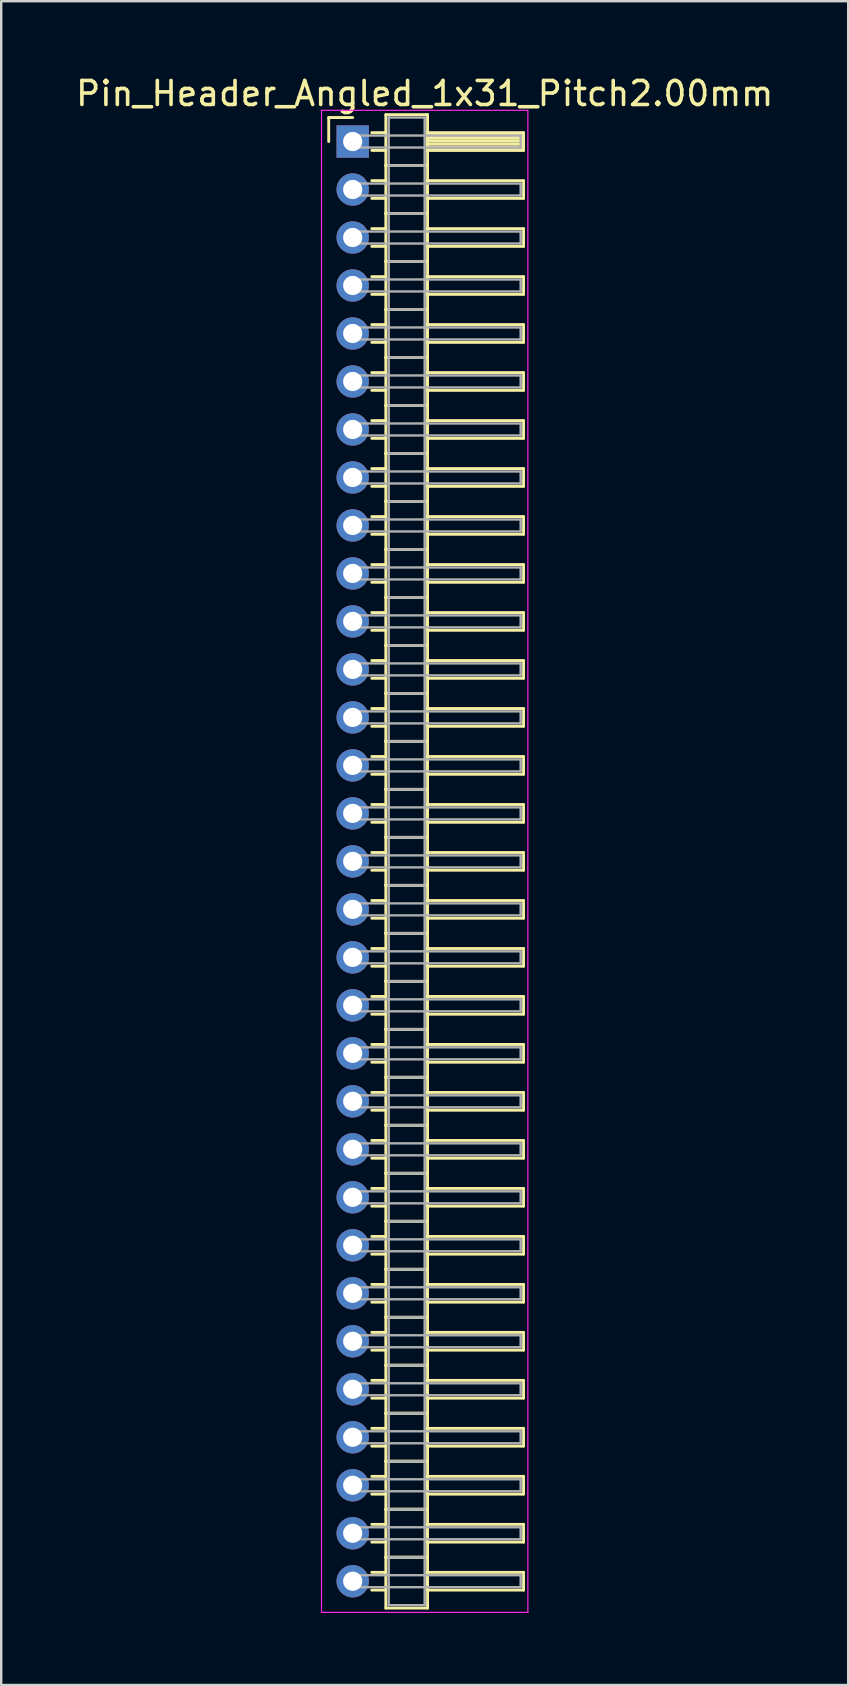
<source format=kicad_pcb>
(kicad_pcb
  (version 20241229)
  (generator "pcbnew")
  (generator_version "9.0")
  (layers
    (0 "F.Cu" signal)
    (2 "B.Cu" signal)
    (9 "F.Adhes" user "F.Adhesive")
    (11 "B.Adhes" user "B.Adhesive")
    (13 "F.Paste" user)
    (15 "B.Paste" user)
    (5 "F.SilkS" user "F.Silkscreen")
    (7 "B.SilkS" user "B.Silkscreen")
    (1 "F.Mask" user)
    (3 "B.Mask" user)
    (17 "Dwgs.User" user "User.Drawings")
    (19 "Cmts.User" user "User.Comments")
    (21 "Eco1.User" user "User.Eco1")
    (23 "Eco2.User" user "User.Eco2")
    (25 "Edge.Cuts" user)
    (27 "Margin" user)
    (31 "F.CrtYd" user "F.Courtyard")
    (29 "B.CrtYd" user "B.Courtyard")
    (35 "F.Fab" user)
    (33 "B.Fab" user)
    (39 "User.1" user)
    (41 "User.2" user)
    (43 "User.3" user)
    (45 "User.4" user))
  (footprint "Pin_Header_Angled_1x31_Pitch2.00mm"
    (layer "F.Cu")
    (at 11.649 2.848)
    (property "Reference" "Pin_Header_Angled_1x31_Pitch2.00mm" (at 3 -2 0) (layer "F.SilkS") (effects (font (size 1 1) (thickness 0.15))))
    (attr through_hole)
    (fp_line (start -1 -1) (end 0 -1) (stroke (width 0.12) (type solid)) (layer "F.SilkS"))
    (fp_line (start -1 0) (end -1 -1) (stroke (width 0.12) (type solid)) (layer "F.SilkS"))
    (fp_line (start 0.795 -0.37) (end 1.38 -0.37) (stroke (width 0.12) (type solid)) (layer "F.SilkS"))
    (fp_line (start 0.795 0.37) (end 1.38 0.37) (stroke (width 0.12) (type solid)) (layer "F.SilkS"))
    (fp_line (start 0.795 1.63) (end 1.38 1.63) (stroke (width 0.12) (type solid)) (layer "F.SilkS"))
    (fp_line (start 0.795 2.37) (end 1.38 2.37) (stroke (width 0.12) (type solid)) (layer "F.SilkS"))
    (fp_line (start 0.795 3.63) (end 1.38 3.63) (stroke (width 0.12) (type solid)) (layer "F.SilkS"))
    (fp_line (start 0.795 4.37) (end 1.38 4.37) (stroke (width 0.12) (type solid)) (layer "F.SilkS"))
    (fp_line (start 0.795 5.63) (end 1.38 5.63) (stroke (width 0.12) (type solid)) (layer "F.SilkS"))
    (fp_line (start 0.795 6.37) (end 1.38 6.37) (stroke (width 0.12) (type solid)) (layer "F.SilkS"))
    (fp_line (start 0.795 7.63) (end 1.38 7.63) (stroke (width 0.12) (type solid)) (layer "F.SilkS"))
    (fp_line (start 0.795 8.37) (end 1.38 8.37) (stroke (width 0.12) (type solid)) (layer "F.SilkS"))
    (fp_line (start 0.795 9.63) (end 1.38 9.63) (stroke (width 0.12) (type solid)) (layer "F.SilkS"))
    (fp_line (start 0.795 10.37) (end 1.38 10.37) (stroke (width 0.12) (type solid)) (layer "F.SilkS"))
    (fp_line (start 0.795 11.63) (end 1.38 11.63) (stroke (width 0.12) (type solid)) (layer "F.SilkS"))
    (fp_line (start 0.795 12.37) (end 1.38 12.37) (stroke (width 0.12) (type solid)) (layer "F.SilkS"))
    (fp_line (start 0.795 13.63) (end 1.38 13.63) (stroke (width 0.12) (type solid)) (layer "F.SilkS"))
    (fp_line (start 0.795 14.37) (end 1.38 14.37) (stroke (width 0.12) (type solid)) (layer "F.SilkS"))
    (fp_line (start 0.795 15.63) (end 1.38 15.63) (stroke (width 0.12) (type solid)) (layer "F.SilkS"))
    (fp_line (start 0.795 16.37) (end 1.38 16.37) (stroke (width 0.12) (type solid)) (layer "F.SilkS"))
    (fp_line (start 0.795 17.63) (end 1.38 17.63) (stroke (width 0.12) (type solid)) (layer "F.SilkS"))
    (fp_line (start 0.795 18.37) (end 1.38 18.37) (stroke (width 0.12) (type solid)) (layer "F.SilkS"))
    (fp_line (start 0.795 19.63) (end 1.38 19.63) (stroke (width 0.12) (type solid)) (layer "F.SilkS"))
    (fp_line (start 0.795 20.37) (end 1.38 20.37) (stroke (width 0.12) (type solid)) (layer "F.SilkS"))
    (fp_line (start 0.795 21.63) (end 1.38 21.63) (stroke (width 0.12) (type solid)) (layer "F.SilkS"))
    (fp_line (start 0.795 22.37) (end 1.38 22.37) (stroke (width 0.12) (type solid)) (layer "F.SilkS"))
    (fp_line (start 0.795 23.63) (end 1.38 23.63) (stroke (width 0.12) (type solid)) (layer "F.SilkS"))
    (fp_line (start 0.795 24.37) (end 1.38 24.37) (stroke (width 0.12) (type solid)) (layer "F.SilkS"))
    (fp_line (start 0.795 25.63) (end 1.38 25.63) (stroke (width 0.12) (type solid)) (layer "F.SilkS"))
    (fp_line (start 0.795 26.37) (end 1.38 26.37) (stroke (width 0.12) (type solid)) (layer "F.SilkS"))
    (fp_line (start 0.795 27.63) (end 1.38 27.63) (stroke (width 0.12) (type solid)) (layer "F.SilkS"))
    (fp_line (start 0.795 28.37) (end 1.38 28.37) (stroke (width 0.12) (type solid)) (layer "F.SilkS"))
    (fp_line (start 0.795 29.63) (end 1.38 29.63) (stroke (width 0.12) (type solid)) (layer "F.SilkS"))
    (fp_line (start 0.795 30.37) (end 1.38 30.37) (stroke (width 0.12) (type solid)) (layer "F.SilkS"))
    (fp_line (start 0.795 31.63) (end 1.38 31.63) (stroke (width 0.12) (type solid)) (layer "F.SilkS"))
    (fp_line (start 0.795 32.37) (end 1.38 32.37) (stroke (width 0.12) (type solid)) (layer "F.SilkS"))
    (fp_line (start 0.795 33.63) (end 1.38 33.63) (stroke (width 0.12) (type solid)) (layer "F.SilkS"))
    (fp_line (start 0.795 34.37) (end 1.38 34.37) (stroke (width 0.12) (type solid)) (layer "F.SilkS"))
    (fp_line (start 0.795 35.63) (end 1.38 35.63) (stroke (width 0.12) (type solid)) (layer "F.SilkS"))
    (fp_line (start 0.795 36.37) (end 1.38 36.37) (stroke (width 0.12) (type solid)) (layer "F.SilkS"))
    (fp_line (start 0.795 37.63) (end 1.38 37.63) (stroke (width 0.12) (type solid)) (layer "F.SilkS"))
    (fp_line (start 0.795 38.37) (end 1.38 38.37) (stroke (width 0.12) (type solid)) (layer "F.SilkS"))
    (fp_line (start 0.795 39.63) (end 1.38 39.63) (stroke (width 0.12) (type solid)) (layer "F.SilkS"))
    (fp_line (start 0.795 40.37) (end 1.38 40.37) (stroke (width 0.12) (type solid)) (layer "F.SilkS"))
    (fp_line (start 0.795 41.63) (end 1.38 41.63) (stroke (width 0.12) (type solid)) (layer "F.SilkS"))
    (fp_line (start 0.795 42.37) (end 1.38 42.37) (stroke (width 0.12) (type solid)) (layer "F.SilkS"))
    (fp_line (start 0.795 43.63) (end 1.38 43.63) (stroke (width 0.12) (type solid)) (layer "F.SilkS"))
    (fp_line (start 0.795 44.37) (end 1.38 44.37) (stroke (width 0.12) (type solid)) (layer "F.SilkS"))
    (fp_line (start 0.795 45.63) (end 1.38 45.63) (stroke (width 0.12) (type solid)) (layer "F.SilkS"))
    (fp_line (start 0.795 46.37) (end 1.38 46.37) (stroke (width 0.12) (type solid)) (layer "F.SilkS"))
    (fp_line (start 0.795 47.63) (end 1.38 47.63) (stroke (width 0.12) (type solid)) (layer "F.SilkS"))
    (fp_line (start 0.795 48.37) (end 1.38 48.37) (stroke (width 0.12) (type solid)) (layer "F.SilkS"))
    (fp_line (start 0.795 49.63) (end 1.38 49.63) (stroke (width 0.12) (type solid)) (layer "F.SilkS"))
    (fp_line (start 0.795 50.37) (end 1.38 50.37) (stroke (width 0.12) (type solid)) (layer "F.SilkS"))
    (fp_line (start 0.795 51.63) (end 1.38 51.63) (stroke (width 0.12) (type solid)) (layer "F.SilkS"))
    (fp_line (start 0.795 52.37) (end 1.38 52.37) (stroke (width 0.12) (type solid)) (layer "F.SilkS"))
    (fp_line (start 0.795 53.63) (end 1.38 53.63) (stroke (width 0.12) (type solid)) (layer "F.SilkS"))
    (fp_line (start 0.795 54.37) (end 1.38 54.37) (stroke (width 0.12) (type solid)) (layer "F.SilkS"))
    (fp_line (start 0.795 55.63) (end 1.38 55.63) (stroke (width 0.12) (type solid)) (layer "F.SilkS"))
    (fp_line (start 0.795 56.37) (end 1.38 56.37) (stroke (width 0.12) (type solid)) (layer "F.SilkS"))
    (fp_line (start 0.795 57.63) (end 1.38 57.63) (stroke (width 0.12) (type solid)) (layer "F.SilkS"))
    (fp_line (start 0.795 58.37) (end 1.38 58.37) (stroke (width 0.12) (type solid)) (layer "F.SilkS"))
    (fp_line (start 0.795 59.63) (end 1.38 59.63) (stroke (width 0.12) (type solid)) (layer "F.SilkS"))
    (fp_line (start 0.795 60.37) (end 1.38 60.37) (stroke (width 0.12) (type solid)) (layer "F.SilkS"))
    (fp_line (start 1.38 -1.12) (end 1.38 1) (stroke (width 0.12) (type solid)) (layer "F.SilkS"))
    (fp_line (start 1.38 1) (end 1.38 3) (stroke (width 0.12) (type solid)) (layer "F.SilkS"))
    (fp_line (start 1.38 1) (end 3.12 1) (stroke (width 0.12) (type solid)) (layer "F.SilkS"))
    (fp_line (start 1.38 3) (end 1.38 5) (stroke (width 0.12) (type solid)) (layer "F.SilkS"))
    (fp_line (start 1.38 3) (end 3.12 3) (stroke (width 0.12) (type solid)) (layer "F.SilkS"))
    (fp_line (start 1.38 5) (end 1.38 7) (stroke (width 0.12) (type solid)) (layer "F.SilkS"))
    (fp_line (start 1.38 5) (end 3.12 5) (stroke (width 0.12) (type solid)) (layer "F.SilkS"))
    (fp_line (start 1.38 7) (end 1.38 9) (stroke (width 0.12) (type solid)) (layer "F.SilkS"))
    (fp_line (start 1.38 7) (end 3.12 7) (stroke (width 0.12) (type solid)) (layer "F.SilkS"))
    (fp_line (start 1.38 9) (end 1.38 11) (stroke (width 0.12) (type solid)) (layer "F.SilkS"))
    (fp_line (start 1.38 9) (end 3.12 9) (stroke (width 0.12) (type solid)) (layer "F.SilkS"))
    (fp_line (start 1.38 11) (end 1.38 13) (stroke (width 0.12) (type solid)) (layer "F.SilkS"))
    (fp_line (start 1.38 11) (end 3.12 11) (stroke (width 0.12) (type solid)) (layer "F.SilkS"))
    (fp_line (start 1.38 13) (end 1.38 15) (stroke (width 0.12) (type solid)) (layer "F.SilkS"))
    (fp_line (start 1.38 13) (end 3.12 13) (stroke (width 0.12) (type solid)) (layer "F.SilkS"))
    (fp_line (start 1.38 15) (end 1.38 17) (stroke (width 0.12) (type solid)) (layer "F.SilkS"))
    (fp_line (start 1.38 15) (end 3.12 15) (stroke (width 0.12) (type solid)) (layer "F.SilkS"))
    (fp_line (start 1.38 17) (end 1.38 19) (stroke (width 0.12) (type solid)) (layer "F.SilkS"))
    (fp_line (start 1.38 17) (end 3.12 17) (stroke (width 0.12) (type solid)) (layer "F.SilkS"))
    (fp_line (start 1.38 19) (end 1.38 21) (stroke (width 0.12) (type solid)) (layer "F.SilkS"))
    (fp_line (start 1.38 19) (end 3.12 19) (stroke (width 0.12) (type solid)) (layer "F.SilkS"))
    (fp_line (start 1.38 21) (end 1.38 23) (stroke (width 0.12) (type solid)) (layer "F.SilkS"))
    (fp_line (start 1.38 21) (end 3.12 21) (stroke (width 0.12) (type solid)) (layer "F.SilkS"))
    (fp_line (start 1.38 23) (end 1.38 25) (stroke (width 0.12) (type solid)) (layer "F.SilkS"))
    (fp_line (start 1.38 23) (end 3.12 23) (stroke (width 0.12) (type solid)) (layer "F.SilkS"))
    (fp_line (start 1.38 25) (end 1.38 27) (stroke (width 0.12) (type solid)) (layer "F.SilkS"))
    (fp_line (start 1.38 25) (end 3.12 25) (stroke (width 0.12) (type solid)) (layer "F.SilkS"))
    (fp_line (start 1.38 27) (end 1.38 29) (stroke (width 0.12) (type solid)) (layer "F.SilkS"))
    (fp_line (start 1.38 27) (end 3.12 27) (stroke (width 0.12) (type solid)) (layer "F.SilkS"))
    (fp_line (start 1.38 29) (end 1.38 31) (stroke (width 0.12) (type solid)) (layer "F.SilkS"))
    (fp_line (start 1.38 29) (end 3.12 29) (stroke (width 0.12) (type solid)) (layer "F.SilkS"))
    (fp_line (start 1.38 31) (end 1.38 33) (stroke (width 0.12) (type solid)) (layer "F.SilkS"))
    (fp_line (start 1.38 31) (end 3.12 31) (stroke (width 0.12) (type solid)) (layer "F.SilkS"))
    (fp_line (start 1.38 33) (end 1.38 35) (stroke (width 0.12) (type solid)) (layer "F.SilkS"))
    (fp_line (start 1.38 33) (end 3.12 33) (stroke (width 0.12) (type solid)) (layer "F.SilkS"))
    (fp_line (start 1.38 35) (end 1.38 37) (stroke (width 0.12) (type solid)) (layer "F.SilkS"))
    (fp_line (start 1.38 35) (end 3.12 35) (stroke (width 0.12) (type solid)) (layer "F.SilkS"))
    (fp_line (start 1.38 37) (end 1.38 39) (stroke (width 0.12) (type solid)) (layer "F.SilkS"))
    (fp_line (start 1.38 37) (end 3.12 37) (stroke (width 0.12) (type solid)) (layer "F.SilkS"))
    (fp_line (start 1.38 39) (end 1.38 41) (stroke (width 0.12) (type solid)) (layer "F.SilkS"))
    (fp_line (start 1.38 39) (end 3.12 39) (stroke (width 0.12) (type solid)) (layer "F.SilkS"))
    (fp_line (start 1.38 41) (end 1.38 43) (stroke (width 0.12) (type solid)) (layer "F.SilkS"))
    (fp_line (start 1.38 41) (end 3.12 41) (stroke (width 0.12) (type solid)) (layer "F.SilkS"))
    (fp_line (start 1.38 43) (end 1.38 45) (stroke (width 0.12) (type solid)) (layer "F.SilkS"))
    (fp_line (start 1.38 43) (end 3.12 43) (stroke (width 0.12) (type solid)) (layer "F.SilkS"))
    (fp_line (start 1.38 45) (end 1.38 47) (stroke (width 0.12) (type solid)) (layer "F.SilkS"))
    (fp_line (start 1.38 45) (end 3.12 45) (stroke (width 0.12) (type solid)) (layer "F.SilkS"))
    (fp_line (start 1.38 47) (end 1.38 49) (stroke (width 0.12) (type solid)) (layer "F.SilkS"))
    (fp_line (start 1.38 47) (end 3.12 47) (stroke (width 0.12) (type solid)) (layer "F.SilkS"))
    (fp_line (start 1.38 49) (end 1.38 51) (stroke (width 0.12) (type solid)) (layer "F.SilkS"))
    (fp_line (start 1.38 49) (end 3.12 49) (stroke (width 0.12) (type solid)) (layer "F.SilkS"))
    (fp_line (start 1.38 51) (end 1.38 53) (stroke (width 0.12) (type solid)) (layer "F.SilkS"))
    (fp_line (start 1.38 51) (end 3.12 51) (stroke (width 0.12) (type solid)) (layer "F.SilkS"))
    (fp_line (start 1.38 53) (end 1.38 55) (stroke (width 0.12) (type solid)) (layer "F.SilkS"))
    (fp_line (start 1.38 53) (end 3.12 53) (stroke (width 0.12) (type solid)) (layer "F.SilkS"))
    (fp_line (start 1.38 55) (end 1.38 57) (stroke (width 0.12) (type solid)) (layer "F.SilkS"))
    (fp_line (start 1.38 55) (end 3.12 55) (stroke (width 0.12) (type solid)) (layer "F.SilkS"))
    (fp_line (start 1.38 57) (end 1.38 59) (stroke (width 0.12) (type solid)) (layer "F.SilkS"))
    (fp_line (start 1.38 57) (end 3.12 57) (stroke (width 0.12) (type solid)) (layer "F.SilkS"))
    (fp_line (start 1.38 59) (end 1.38 61.12) (stroke (width 0.12) (type solid)) (layer "F.SilkS"))
    (fp_line (start 1.38 59) (end 3.12 59) (stroke (width 0.12) (type solid)) (layer "F.SilkS"))
    (fp_line (start 1.38 61.12) (end 3.12 61.12) (stroke (width 0.12) (type solid)) (layer "F.SilkS"))
    (fp_line (start 3.12 -1.12) (end 1.38 -1.12) (stroke (width 0.12) (type solid)) (layer "F.SilkS"))
    (fp_line (start 3.12 -0.37) (end 3.12 0.37) (stroke (width 0.12) (type solid)) (layer "F.SilkS"))
    (fp_line (start 3.12 -0.25) (end 7.12 -0.25) (stroke (width 0.12) (type solid)) (layer "F.SilkS"))
    (fp_line (start 3.12 -0.13) (end 7.12 -0.13) (stroke (width 0.12) (type solid)) (layer "F.SilkS"))
    (fp_line (start 3.12 -0.01) (end 7.12 -0.01) (stroke (width 0.12) (type solid)) (layer "F.SilkS"))
    (fp_line (start 3.12 0.11) (end 7.12 0.11) (stroke (width 0.12) (type solid)) (layer "F.SilkS"))
    (fp_line (start 3.12 0.23) (end 7.12 0.23) (stroke (width 0.12) (type solid)) (layer "F.SilkS"))
    (fp_line (start 3.12 0.35) (end 7.12 0.35) (stroke (width 0.12) (type solid)) (layer "F.SilkS"))
    (fp_line (start 3.12 0.37) (end 7.12 0.37) (stroke (width 0.12) (type solid)) (layer "F.SilkS"))
    (fp_line (start 3.12 1) (end 1.38 1) (stroke (width 0.12) (type solid)) (layer "F.SilkS"))
    (fp_line (start 3.12 1) (end 3.12 -1.12) (stroke (width 0.12) (type solid)) (layer "F.SilkS"))
    (fp_line (start 3.12 1.63) (end 3.12 2.37) (stroke (width 0.12) (type solid)) (layer "F.SilkS"))
    (fp_line (start 3.12 2.37) (end 7.12 2.37) (stroke (width 0.12) (type solid)) (layer "F.SilkS"))
    (fp_line (start 3.12 3) (end 1.38 3) (stroke (width 0.12) (type solid)) (layer "F.SilkS"))
    (fp_line (start 3.12 3) (end 3.12 1) (stroke (width 0.12) (type solid)) (layer "F.SilkS"))
    (fp_line (start 3.12 3.63) (end 3.12 4.37) (stroke (width 0.12) (type solid)) (layer "F.SilkS"))
    (fp_line (start 3.12 4.37) (end 7.12 4.37) (stroke (width 0.12) (type solid)) (layer "F.SilkS"))
    (fp_line (start 3.12 5) (end 1.38 5) (stroke (width 0.12) (type solid)) (layer "F.SilkS"))
    (fp_line (start 3.12 5) (end 3.12 3) (stroke (width 0.12) (type solid)) (layer "F.SilkS"))
    (fp_line (start 3.12 5.63) (end 3.12 6.37) (stroke (width 0.12) (type solid)) (layer "F.SilkS"))
    (fp_line (start 3.12 6.37) (end 7.12 6.37) (stroke (width 0.12) (type solid)) (layer "F.SilkS"))
    (fp_line (start 3.12 7) (end 1.38 7) (stroke (width 0.12) (type solid)) (layer "F.SilkS"))
    (fp_line (start 3.12 7) (end 3.12 5) (stroke (width 0.12) (type solid)) (layer "F.SilkS"))
    (fp_line (start 3.12 7.63) (end 3.12 8.37) (stroke (width 0.12) (type solid)) (layer "F.SilkS"))
    (fp_line (start 3.12 8.37) (end 7.12 8.37) (stroke (width 0.12) (type solid)) (layer "F.SilkS"))
    (fp_line (start 3.12 9) (end 1.38 9) (stroke (width 0.12) (type solid)) (layer "F.SilkS"))
    (fp_line (start 3.12 9) (end 3.12 7) (stroke (width 0.12) (type solid)) (layer "F.SilkS"))
    (fp_line (start 3.12 9.63) (end 3.12 10.37) (stroke (width 0.12) (type solid)) (layer "F.SilkS"))
    (fp_line (start 3.12 10.37) (end 7.12 10.37) (stroke (width 0.12) (type solid)) (layer "F.SilkS"))
    (fp_line (start 3.12 11) (end 1.38 11) (stroke (width 0.12) (type solid)) (layer "F.SilkS"))
    (fp_line (start 3.12 11) (end 3.12 9) (stroke (width 0.12) (type solid)) (layer "F.SilkS"))
    (fp_line (start 3.12 11.63) (end 3.12 12.37) (stroke (width 0.12) (type solid)) (layer "F.SilkS"))
    (fp_line (start 3.12 12.37) (end 7.12 12.37) (stroke (width 0.12) (type solid)) (layer "F.SilkS"))
    (fp_line (start 3.12 13) (end 1.38 13) (stroke (width 0.12) (type solid)) (layer "F.SilkS"))
    (fp_line (start 3.12 13) (end 3.12 11) (stroke (width 0.12) (type solid)) (layer "F.SilkS"))
    (fp_line (start 3.12 13.63) (end 3.12 14.37) (stroke (width 0.12) (type solid)) (layer "F.SilkS"))
    (fp_line (start 3.12 14.37) (end 7.12 14.37) (stroke (width 0.12) (type solid)) (layer "F.SilkS"))
    (fp_line (start 3.12 15) (end 1.38 15) (stroke (width 0.12) (type solid)) (layer "F.SilkS"))
    (fp_line (start 3.12 15) (end 3.12 13) (stroke (width 0.12) (type solid)) (layer "F.SilkS"))
    (fp_line (start 3.12 15.63) (end 3.12 16.37) (stroke (width 0.12) (type solid)) (layer "F.SilkS"))
    (fp_line (start 3.12 16.37) (end 7.12 16.37) (stroke (width 0.12) (type solid)) (layer "F.SilkS"))
    (fp_line (start 3.12 17) (end 1.38 17) (stroke (width 0.12) (type solid)) (layer "F.SilkS"))
    (fp_line (start 3.12 17) (end 3.12 15) (stroke (width 0.12) (type solid)) (layer "F.SilkS"))
    (fp_line (start 3.12 17.63) (end 3.12 18.37) (stroke (width 0.12) (type solid)) (layer "F.SilkS"))
    (fp_line (start 3.12 18.37) (end 7.12 18.37) (stroke (width 0.12) (type solid)) (layer "F.SilkS"))
    (fp_line (start 3.12 19) (end 1.38 19) (stroke (width 0.12) (type solid)) (layer "F.SilkS"))
    (fp_line (start 3.12 19) (end 3.12 17) (stroke (width 0.12) (type solid)) (layer "F.SilkS"))
    (fp_line (start 3.12 19.63) (end 3.12 20.37) (stroke (width 0.12) (type solid)) (layer "F.SilkS"))
    (fp_line (start 3.12 20.37) (end 7.12 20.37) (stroke (width 0.12) (type solid)) (layer "F.SilkS"))
    (fp_line (start 3.12 21) (end 1.38 21) (stroke (width 0.12) (type solid)) (layer "F.SilkS"))
    (fp_line (start 3.12 21) (end 3.12 19) (stroke (width 0.12) (type solid)) (layer "F.SilkS"))
    (fp_line (start 3.12 21.63) (end 3.12 22.37) (stroke (width 0.12) (type solid)) (layer "F.SilkS"))
    (fp_line (start 3.12 22.37) (end 7.12 22.37) (stroke (width 0.12) (type solid)) (layer "F.SilkS"))
    (fp_line (start 3.12 23) (end 1.38 23) (stroke (width 0.12) (type solid)) (layer "F.SilkS"))
    (fp_line (start 3.12 23) (end 3.12 21) (stroke (width 0.12) (type solid)) (layer "F.SilkS"))
    (fp_line (start 3.12 23.63) (end 3.12 24.37) (stroke (width 0.12) (type solid)) (layer "F.SilkS"))
    (fp_line (start 3.12 24.37) (end 7.12 24.37) (stroke (width 0.12) (type solid)) (layer "F.SilkS"))
    (fp_line (start 3.12 25) (end 1.38 25) (stroke (width 0.12) (type solid)) (layer "F.SilkS"))
    (fp_line (start 3.12 25) (end 3.12 23) (stroke (width 0.12) (type solid)) (layer "F.SilkS"))
    (fp_line (start 3.12 25.63) (end 3.12 26.37) (stroke (width 0.12) (type solid)) (layer "F.SilkS"))
    (fp_line (start 3.12 26.37) (end 7.12 26.37) (stroke (width 0.12) (type solid)) (layer "F.SilkS"))
    (fp_line (start 3.12 27) (end 1.38 27) (stroke (width 0.12) (type solid)) (layer "F.SilkS"))
    (fp_line (start 3.12 27) (end 3.12 25) (stroke (width 0.12) (type solid)) (layer "F.SilkS"))
    (fp_line (start 3.12 27.63) (end 3.12 28.37) (stroke (width 0.12) (type solid)) (layer "F.SilkS"))
    (fp_line (start 3.12 28.37) (end 7.12 28.37) (stroke (width 0.12) (type solid)) (layer "F.SilkS"))
    (fp_line (start 3.12 29) (end 1.38 29) (stroke (width 0.12) (type solid)) (layer "F.SilkS"))
    (fp_line (start 3.12 29) (end 3.12 27) (stroke (width 0.12) (type solid)) (layer "F.SilkS"))
    (fp_line (start 3.12 29.63) (end 3.12 30.37) (stroke (width 0.12) (type solid)) (layer "F.SilkS"))
    (fp_line (start 3.12 30.37) (end 7.12 30.37) (stroke (width 0.12) (type solid)) (layer "F.SilkS"))
    (fp_line (start 3.12 31) (end 1.38 31) (stroke (width 0.12) (type solid)) (layer "F.SilkS"))
    (fp_line (start 3.12 31) (end 3.12 29) (stroke (width 0.12) (type solid)) (layer "F.SilkS"))
    (fp_line (start 3.12 31.63) (end 3.12 32.37) (stroke (width 0.12) (type solid)) (layer "F.SilkS"))
    (fp_line (start 3.12 32.37) (end 7.12 32.37) (stroke (width 0.12) (type solid)) (layer "F.SilkS"))
    (fp_line (start 3.12 33) (end 1.38 33) (stroke (width 0.12) (type solid)) (layer "F.SilkS"))
    (fp_line (start 3.12 33) (end 3.12 31) (stroke (width 0.12) (type solid)) (layer "F.SilkS"))
    (fp_line (start 3.12 33.63) (end 3.12 34.37) (stroke (width 0.12) (type solid)) (layer "F.SilkS"))
    (fp_line (start 3.12 34.37) (end 7.12 34.37) (stroke (width 0.12) (type solid)) (layer "F.SilkS"))
    (fp_line (start 3.12 35) (end 1.38 35) (stroke (width 0.12) (type solid)) (layer "F.SilkS"))
    (fp_line (start 3.12 35) (end 3.12 33) (stroke (width 0.12) (type solid)) (layer "F.SilkS"))
    (fp_line (start 3.12 35.63) (end 3.12 36.37) (stroke (width 0.12) (type solid)) (layer "F.SilkS"))
    (fp_line (start 3.12 36.37) (end 7.12 36.37) (stroke (width 0.12) (type solid)) (layer "F.SilkS"))
    (fp_line (start 3.12 37) (end 1.38 37) (stroke (width 0.12) (type solid)) (layer "F.SilkS"))
    (fp_line (start 3.12 37) (end 3.12 35) (stroke (width 0.12) (type solid)) (layer "F.SilkS"))
    (fp_line (start 3.12 37.63) (end 3.12 38.37) (stroke (width 0.12) (type solid)) (layer "F.SilkS"))
    (fp_line (start 3.12 38.37) (end 7.12 38.37) (stroke (width 0.12) (type solid)) (layer "F.SilkS"))
    (fp_line (start 3.12 39) (end 1.38 39) (stroke (width 0.12) (type solid)) (layer "F.SilkS"))
    (fp_line (start 3.12 39) (end 3.12 37) (stroke (width 0.12) (type solid)) (layer "F.SilkS"))
    (fp_line (start 3.12 39.63) (end 3.12 40.37) (stroke (width 0.12) (type solid)) (layer "F.SilkS"))
    (fp_line (start 3.12 40.37) (end 7.12 40.37) (stroke (width 0.12) (type solid)) (layer "F.SilkS"))
    (fp_line (start 3.12 41) (end 1.38 41) (stroke (width 0.12) (type solid)) (layer "F.SilkS"))
    (fp_line (start 3.12 41) (end 3.12 39) (stroke (width 0.12) (type solid)) (layer "F.SilkS"))
    (fp_line (start 3.12 41.63) (end 3.12 42.37) (stroke (width 0.12) (type solid)) (layer "F.SilkS"))
    (fp_line (start 3.12 42.37) (end 7.12 42.37) (stroke (width 0.12) (type solid)) (layer "F.SilkS"))
    (fp_line (start 3.12 43) (end 1.38 43) (stroke (width 0.12) (type solid)) (layer "F.SilkS"))
    (fp_line (start 3.12 43) (end 3.12 41) (stroke (width 0.12) (type solid)) (layer "F.SilkS"))
    (fp_line (start 3.12 43.63) (end 3.12 44.37) (stroke (width 0.12) (type solid)) (layer "F.SilkS"))
    (fp_line (start 3.12 44.37) (end 7.12 44.37) (stroke (width 0.12) (type solid)) (layer "F.SilkS"))
    (fp_line (start 3.12 45) (end 1.38 45) (stroke (width 0.12) (type solid)) (layer "F.SilkS"))
    (fp_line (start 3.12 45) (end 3.12 43) (stroke (width 0.12) (type solid)) (layer "F.SilkS"))
    (fp_line (start 3.12 45.63) (end 3.12 46.37) (stroke (width 0.12) (type solid)) (layer "F.SilkS"))
    (fp_line (start 3.12 46.37) (end 7.12 46.37) (stroke (width 0.12) (type solid)) (layer "F.SilkS"))
    (fp_line (start 3.12 47) (end 1.38 47) (stroke (width 0.12) (type solid)) (layer "F.SilkS"))
    (fp_line (start 3.12 47) (end 3.12 45) (stroke (width 0.12) (type solid)) (layer "F.SilkS"))
    (fp_line (start 3.12 47.63) (end 3.12 48.37) (stroke (width 0.12) (type solid)) (layer "F.SilkS"))
    (fp_line (start 3.12 48.37) (end 7.12 48.37) (stroke (width 0.12) (type solid)) (layer "F.SilkS"))
    (fp_line (start 3.12 49) (end 1.38 49) (stroke (width 0.12) (type solid)) (layer "F.SilkS"))
    (fp_line (start 3.12 49) (end 3.12 47) (stroke (width 0.12) (type solid)) (layer "F.SilkS"))
    (fp_line (start 3.12 49.63) (end 3.12 50.37) (stroke (width 0.12) (type solid)) (layer "F.SilkS"))
    (fp_line (start 3.12 50.37) (end 7.12 50.37) (stroke (width 0.12) (type solid)) (layer "F.SilkS"))
    (fp_line (start 3.12 51) (end 1.38 51) (stroke (width 0.12) (type solid)) (layer "F.SilkS"))
    (fp_line (start 3.12 51) (end 3.12 49) (stroke (width 0.12) (type solid)) (layer "F.SilkS"))
    (fp_line (start 3.12 51.63) (end 3.12 52.37) (stroke (width 0.12) (type solid)) (layer "F.SilkS"))
    (fp_line (start 3.12 52.37) (end 7.12 52.37) (stroke (width 0.12) (type solid)) (layer "F.SilkS"))
    (fp_line (start 3.12 53) (end 1.38 53) (stroke (width 0.12) (type solid)) (layer "F.SilkS"))
    (fp_line (start 3.12 53) (end 3.12 51) (stroke (width 0.12) (type solid)) (layer "F.SilkS"))
    (fp_line (start 3.12 53.63) (end 3.12 54.37) (stroke (width 0.12) (type solid)) (layer "F.SilkS"))
    (fp_line (start 3.12 54.37) (end 7.12 54.37) (stroke (width 0.12) (type solid)) (layer "F.SilkS"))
    (fp_line (start 3.12 55) (end 1.38 55) (stroke (width 0.12) (type solid)) (layer "F.SilkS"))
    (fp_line (start 3.12 55) (end 3.12 53) (stroke (width 0.12) (type solid)) (layer "F.SilkS"))
    (fp_line (start 3.12 55.63) (end 3.12 56.37) (stroke (width 0.12) (type solid)) (layer "F.SilkS"))
    (fp_line (start 3.12 56.37) (end 7.12 56.37) (stroke (width 0.12) (type solid)) (layer "F.SilkS"))
    (fp_line (start 3.12 57) (end 1.38 57) (stroke (width 0.12) (type solid)) (layer "F.SilkS"))
    (fp_line (start 3.12 57) (end 3.12 55) (stroke (width 0.12) (type solid)) (layer "F.SilkS"))
    (fp_line (start 3.12 57.63) (end 3.12 58.37) (stroke (width 0.12) (type solid)) (layer "F.SilkS"))
    (fp_line (start 3.12 58.37) (end 7.12 58.37) (stroke (width 0.12) (type solid)) (layer "F.SilkS"))
    (fp_line (start 3.12 59) (end 1.38 59) (stroke (width 0.12) (type solid)) (layer "F.SilkS"))
    (fp_line (start 3.12 59) (end 3.12 57) (stroke (width 0.12) (type solid)) (layer "F.SilkS"))
    (fp_line (start 3.12 59.63) (end 3.12 60.37) (stroke (width 0.12) (type solid)) (layer "F.SilkS"))
    (fp_line (start 3.12 60.37) (end 7.12 60.37) (stroke (width 0.12) (type solid)) (layer "F.SilkS"))
    (fp_line (start 3.12 61.12) (end 3.12 59) (stroke (width 0.12) (type solid)) (layer "F.SilkS"))
    (fp_line (start 7.12 -0.37) (end 3.12 -0.37) (stroke (width 0.12) (type solid)) (layer "F.SilkS"))
    (fp_line (start 7.12 0.37) (end 7.12 -0.37) (stroke (width 0.12) (type solid)) (layer "F.SilkS"))
    (fp_line (start 7.12 1.63) (end 3.12 1.63) (stroke (width 0.12) (type solid)) (layer "F.SilkS"))
    (fp_line (start 7.12 2.37) (end 7.12 1.63) (stroke (width 0.12) (type solid)) (layer "F.SilkS"))
    (fp_line (start 7.12 3.63) (end 3.12 3.63) (stroke (width 0.12) (type solid)) (layer "F.SilkS"))
    (fp_line (start 7.12 4.37) (end 7.12 3.63) (stroke (width 0.12) (type solid)) (layer "F.SilkS"))
    (fp_line (start 7.12 5.63) (end 3.12 5.63) (stroke (width 0.12) (type solid)) (layer "F.SilkS"))
    (fp_line (start 7.12 6.37) (end 7.12 5.63) (stroke (width 0.12) (type solid)) (layer "F.SilkS"))
    (fp_line (start 7.12 7.63) (end 3.12 7.63) (stroke (width 0.12) (type solid)) (layer "F.SilkS"))
    (fp_line (start 7.12 8.37) (end 7.12 7.63) (stroke (width 0.12) (type solid)) (layer "F.SilkS"))
    (fp_line (start 7.12 9.63) (end 3.12 9.63) (stroke (width 0.12) (type solid)) (layer "F.SilkS"))
    (fp_line (start 7.12 10.37) (end 7.12 9.63) (stroke (width 0.12) (type solid)) (layer "F.SilkS"))
    (fp_line (start 7.12 11.63) (end 3.12 11.63) (stroke (width 0.12) (type solid)) (layer "F.SilkS"))
    (fp_line (start 7.12 12.37) (end 7.12 11.63) (stroke (width 0.12) (type solid)) (layer "F.SilkS"))
    (fp_line (start 7.12 13.63) (end 3.12 13.63) (stroke (width 0.12) (type solid)) (layer "F.SilkS"))
    (fp_line (start 7.12 14.37) (end 7.12 13.63) (stroke (width 0.12) (type solid)) (layer "F.SilkS"))
    (fp_line (start 7.12 15.63) (end 3.12 15.63) (stroke (width 0.12) (type solid)) (layer "F.SilkS"))
    (fp_line (start 7.12 16.37) (end 7.12 15.63) (stroke (width 0.12) (type solid)) (layer "F.SilkS"))
    (fp_line (start 7.12 17.63) (end 3.12 17.63) (stroke (width 0.12) (type solid)) (layer "F.SilkS"))
    (fp_line (start 7.12 18.37) (end 7.12 17.63) (stroke (width 0.12) (type solid)) (layer "F.SilkS"))
    (fp_line (start 7.12 19.63) (end 3.12 19.63) (stroke (width 0.12) (type solid)) (layer "F.SilkS"))
    (fp_line (start 7.12 20.37) (end 7.12 19.63) (stroke (width 0.12) (type solid)) (layer "F.SilkS"))
    (fp_line (start 7.12 21.63) (end 3.12 21.63) (stroke (width 0.12) (type solid)) (layer "F.SilkS"))
    (fp_line (start 7.12 22.37) (end 7.12 21.63) (stroke (width 0.12) (type solid)) (layer "F.SilkS"))
    (fp_line (start 7.12 23.63) (end 3.12 23.63) (stroke (width 0.12) (type solid)) (layer "F.SilkS"))
    (fp_line (start 7.12 24.37) (end 7.12 23.63) (stroke (width 0.12) (type solid)) (layer "F.SilkS"))
    (fp_line (start 7.12 25.63) (end 3.12 25.63) (stroke (width 0.12) (type solid)) (layer "F.SilkS"))
    (fp_line (start 7.12 26.37) (end 7.12 25.63) (stroke (width 0.12) (type solid)) (layer "F.SilkS"))
    (fp_line (start 7.12 27.63) (end 3.12 27.63) (stroke (width 0.12) (type solid)) (layer "F.SilkS"))
    (fp_line (start 7.12 28.37) (end 7.12 27.63) (stroke (width 0.12) (type solid)) (layer "F.SilkS"))
    (fp_line (start 7.12 29.63) (end 3.12 29.63) (stroke (width 0.12) (type solid)) (layer "F.SilkS"))
    (fp_line (start 7.12 30.37) (end 7.12 29.63) (stroke (width 0.12) (type solid)) (layer "F.SilkS"))
    (fp_line (start 7.12 31.63) (end 3.12 31.63) (stroke (width 0.12) (type solid)) (layer "F.SilkS"))
    (fp_line (start 7.12 32.37) (end 7.12 31.63) (stroke (width 0.12) (type solid)) (layer "F.SilkS"))
    (fp_line (start 7.12 33.63) (end 3.12 33.63) (stroke (width 0.12) (type solid)) (layer "F.SilkS"))
    (fp_line (start 7.12 34.37) (end 7.12 33.63) (stroke (width 0.12) (type solid)) (layer "F.SilkS"))
    (fp_line (start 7.12 35.63) (end 3.12 35.63) (stroke (width 0.12) (type solid)) (layer "F.SilkS"))
    (fp_line (start 7.12 36.37) (end 7.12 35.63) (stroke (width 0.12) (type solid)) (layer "F.SilkS"))
    (fp_line (start 7.12 37.63) (end 3.12 37.63) (stroke (width 0.12) (type solid)) (layer "F.SilkS"))
    (fp_line (start 7.12 38.37) (end 7.12 37.63) (stroke (width 0.12) (type solid)) (layer "F.SilkS"))
    (fp_line (start 7.12 39.63) (end 3.12 39.63) (stroke (width 0.12) (type solid)) (layer "F.SilkS"))
    (fp_line (start 7.12 40.37) (end 7.12 39.63) (stroke (width 0.12) (type solid)) (layer "F.SilkS"))
    (fp_line (start 7.12 41.63) (end 3.12 41.63) (stroke (width 0.12) (type solid)) (layer "F.SilkS"))
    (fp_line (start 7.12 42.37) (end 7.12 41.63) (stroke (width 0.12) (type solid)) (layer "F.SilkS"))
    (fp_line (start 7.12 43.63) (end 3.12 43.63) (stroke (width 0.12) (type solid)) (layer "F.SilkS"))
    (fp_line (start 7.12 44.37) (end 7.12 43.63) (stroke (width 0.12) (type solid)) (layer "F.SilkS"))
    (fp_line (start 7.12 45.63) (end 3.12 45.63) (stroke (width 0.12) (type solid)) (layer "F.SilkS"))
    (fp_line (start 7.12 46.37) (end 7.12 45.63) (stroke (width 0.12) (type solid)) (layer "F.SilkS"))
    (fp_line (start 7.12 47.63) (end 3.12 47.63) (stroke (width 0.12) (type solid)) (layer "F.SilkS"))
    (fp_line (start 7.12 48.37) (end 7.12 47.63) (stroke (width 0.12) (type solid)) (layer "F.SilkS"))
    (fp_line (start 7.12 49.63) (end 3.12 49.63) (stroke (width 0.12) (type solid)) (layer "F.SilkS"))
    (fp_line (start 7.12 50.37) (end 7.12 49.63) (stroke (width 0.12) (type solid)) (layer "F.SilkS"))
    (fp_line (start 7.12 51.63) (end 3.12 51.63) (stroke (width 0.12) (type solid)) (layer "F.SilkS"))
    (fp_line (start 7.12 52.37) (end 7.12 51.63) (stroke (width 0.12) (type solid)) (layer "F.SilkS"))
    (fp_line (start 7.12 53.63) (end 3.12 53.63) (stroke (width 0.12) (type solid)) (layer "F.SilkS"))
    (fp_line (start 7.12 54.37) (end 7.12 53.63) (stroke (width 0.12) (type solid)) (layer "F.SilkS"))
    (fp_line (start 7.12 55.63) (end 3.12 55.63) (stroke (width 0.12) (type solid)) (layer "F.SilkS"))
    (fp_line (start 7.12 56.37) (end 7.12 55.63) (stroke (width 0.12) (type solid)) (layer "F.SilkS"))
    (fp_line (start 7.12 57.63) (end 3.12 57.63) (stroke (width 0.12) (type solid)) (layer "F.SilkS"))
    (fp_line (start 7.12 58.37) (end 7.12 57.63) (stroke (width 0.12) (type solid)) (layer "F.SilkS"))
    (fp_line (start 7.12 59.63) (end 3.12 59.63) (stroke (width 0.12) (type solid)) (layer "F.SilkS"))
    (fp_line (start 7.12 60.37) (end 7.12 59.63) (stroke (width 0.12) (type solid)) (layer "F.SilkS"))
    (fp_line (start -1.3 -1.3) (end -1.3 61.3) (stroke (width 0.05) (type solid)) (layer "F.CrtYd"))
    (fp_line (start -1.3 61.3) (end 7.3 61.3) (stroke (width 0.05) (type solid)) (layer "F.CrtYd"))
    (fp_line (start 7.3 -1.3) (end -1.3 -1.3) (stroke (width 0.05) (type solid)) (layer "F.CrtYd"))
    (fp_line (start 7.3 61.3) (end 7.3 -1.3) (stroke (width 0.05) (type solid)) (layer "F.CrtYd"))
    (fp_line (start 0 -0.25) (end 0 0.25) (stroke (width 0.1) (type solid)) (layer "F.Fab"))
    (fp_line (start 0 0.25) (end 7 0.25) (stroke (width 0.1) (type solid)) (layer "F.Fab"))
    (fp_line (start 0 1.75) (end 0 2.25) (stroke (width 0.1) (type solid)) (layer "F.Fab"))
    (fp_line (start 0 2.25) (end 7 2.25) (stroke (width 0.1) (type solid)) (layer "F.Fab"))
    (fp_line (start 0 3.75) (end 0 4.25) (stroke (width 0.1) (type solid)) (layer "F.Fab"))
    (fp_line (start 0 4.25) (end 7 4.25) (stroke (width 0.1) (type solid)) (layer "F.Fab"))
    (fp_line (start 0 5.75) (end 0 6.25) (stroke (width 0.1) (type solid)) (layer "F.Fab"))
    (fp_line (start 0 6.25) (end 7 6.25) (stroke (width 0.1) (type solid)) (layer "F.Fab"))
    (fp_line (start 0 7.75) (end 0 8.25) (stroke (width 0.1) (type solid)) (layer "F.Fab"))
    (fp_line (start 0 8.25) (end 7 8.25) (stroke (width 0.1) (type solid)) (layer "F.Fab"))
    (fp_line (start 0 9.75) (end 0 10.25) (stroke (width 0.1) (type solid)) (layer "F.Fab"))
    (fp_line (start 0 10.25) (end 7 10.25) (stroke (width 0.1) (type solid)) (layer "F.Fab"))
    (fp_line (start 0 11.75) (end 0 12.25) (stroke (width 0.1) (type solid)) (layer "F.Fab"))
    (fp_line (start 0 12.25) (end 7 12.25) (stroke (width 0.1) (type solid)) (layer "F.Fab"))
    (fp_line (start 0 13.75) (end 0 14.25) (stroke (width 0.1) (type solid)) (layer "F.Fab"))
    (fp_line (start 0 14.25) (end 7 14.25) (stroke (width 0.1) (type solid)) (layer "F.Fab"))
    (fp_line (start 0 15.75) (end 0 16.25) (stroke (width 0.1) (type solid)) (layer "F.Fab"))
    (fp_line (start 0 16.25) (end 7 16.25) (stroke (width 0.1) (type solid)) (layer "F.Fab"))
    (fp_line (start 0 17.75) (end 0 18.25) (stroke (width 0.1) (type solid)) (layer "F.Fab"))
    (fp_line (start 0 18.25) (end 7 18.25) (stroke (width 0.1) (type solid)) (layer "F.Fab"))
    (fp_line (start 0 19.75) (end 0 20.25) (stroke (width 0.1) (type solid)) (layer "F.Fab"))
    (fp_line (start 0 20.25) (end 7 20.25) (stroke (width 0.1) (type solid)) (layer "F.Fab"))
    (fp_line (start 0 21.75) (end 0 22.25) (stroke (width 0.1) (type solid)) (layer "F.Fab"))
    (fp_line (start 0 22.25) (end 7 22.25) (stroke (width 0.1) (type solid)) (layer "F.Fab"))
    (fp_line (start 0 23.75) (end 0 24.25) (stroke (width 0.1) (type solid)) (layer "F.Fab"))
    (fp_line (start 0 24.25) (end 7 24.25) (stroke (width 0.1) (type solid)) (layer "F.Fab"))
    (fp_line (start 0 25.75) (end 0 26.25) (stroke (width 0.1) (type solid)) (layer "F.Fab"))
    (fp_line (start 0 26.25) (end 7 26.25) (stroke (width 0.1) (type solid)) (layer "F.Fab"))
    (fp_line (start 0 27.75) (end 0 28.25) (stroke (width 0.1) (type solid)) (layer "F.Fab"))
    (fp_line (start 0 28.25) (end 7 28.25) (stroke (width 0.1) (type solid)) (layer "F.Fab"))
    (fp_line (start 0 29.75) (end 0 30.25) (stroke (width 0.1) (type solid)) (layer "F.Fab"))
    (fp_line (start 0 30.25) (end 7 30.25) (stroke (width 0.1) (type solid)) (layer "F.Fab"))
    (fp_line (start 0 31.75) (end 0 32.25) (stroke (width 0.1) (type solid)) (layer "F.Fab"))
    (fp_line (start 0 32.25) (end 7 32.25) (stroke (width 0.1) (type solid)) (layer "F.Fab"))
    (fp_line (start 0 33.75) (end 0 34.25) (stroke (width 0.1) (type solid)) (layer "F.Fab"))
    (fp_line (start 0 34.25) (end 7 34.25) (stroke (width 0.1) (type solid)) (layer "F.Fab"))
    (fp_line (start 0 35.75) (end 0 36.25) (stroke (width 0.1) (type solid)) (layer "F.Fab"))
    (fp_line (start 0 36.25) (end 7 36.25) (stroke (width 0.1) (type solid)) (layer "F.Fab"))
    (fp_line (start 0 37.75) (end 0 38.25) (stroke (width 0.1) (type solid)) (layer "F.Fab"))
    (fp_line (start 0 38.25) (end 7 38.25) (stroke (width 0.1) (type solid)) (layer "F.Fab"))
    (fp_line (start 0 39.75) (end 0 40.25) (stroke (width 0.1) (type solid)) (layer "F.Fab"))
    (fp_line (start 0 40.25) (end 7 40.25) (stroke (width 0.1) (type solid)) (layer "F.Fab"))
    (fp_line (start 0 41.75) (end 0 42.25) (stroke (width 0.1) (type solid)) (layer "F.Fab"))
    (fp_line (start 0 42.25) (end 7 42.25) (stroke (width 0.1) (type solid)) (layer "F.Fab"))
    (fp_line (start 0 43.75) (end 0 44.25) (stroke (width 0.1) (type solid)) (layer "F.Fab"))
    (fp_line (start 0 44.25) (end 7 44.25) (stroke (width 0.1) (type solid)) (layer "F.Fab"))
    (fp_line (start 0 45.75) (end 0 46.25) (stroke (width 0.1) (type solid)) (layer "F.Fab"))
    (fp_line (start 0 46.25) (end 7 46.25) (stroke (width 0.1) (type solid)) (layer "F.Fab"))
    (fp_line (start 0 47.75) (end 0 48.25) (stroke (width 0.1) (type solid)) (layer "F.Fab"))
    (fp_line (start 0 48.25) (end 7 48.25) (stroke (width 0.1) (type solid)) (layer "F.Fab"))
    (fp_line (start 0 49.75) (end 0 50.25) (stroke (width 0.1) (type solid)) (layer "F.Fab"))
    (fp_line (start 0 50.25) (end 7 50.25) (stroke (width 0.1) (type solid)) (layer "F.Fab"))
    (fp_line (start 0 51.75) (end 0 52.25) (stroke (width 0.1) (type solid)) (layer "F.Fab"))
    (fp_line (start 0 52.25) (end 7 52.25) (stroke (width 0.1) (type solid)) (layer "F.Fab"))
    (fp_line (start 0 53.75) (end 0 54.25) (stroke (width 0.1) (type solid)) (layer "F.Fab"))
    (fp_line (start 0 54.25) (end 7 54.25) (stroke (width 0.1) (type solid)) (layer "F.Fab"))
    (fp_line (start 0 55.75) (end 0 56.25) (stroke (width 0.1) (type solid)) (layer "F.Fab"))
    (fp_line (start 0 56.25) (end 7 56.25) (stroke (width 0.1) (type solid)) (layer "F.Fab"))
    (fp_line (start 0 57.75) (end 0 58.25) (stroke (width 0.1) (type solid)) (layer "F.Fab"))
    (fp_line (start 0 58.25) (end 7 58.25) (stroke (width 0.1) (type solid)) (layer "F.Fab"))
    (fp_line (start 0 59.75) (end 0 60.25) (stroke (width 0.1) (type solid)) (layer "F.Fab"))
    (fp_line (start 0 60.25) (end 7 60.25) (stroke (width 0.1) (type solid)) (layer "F.Fab"))
    (fp_line (start 1.5 -1) (end 1.5 1) (stroke (width 0.1) (type solid)) (layer "F.Fab"))
    (fp_line (start 1.5 1) (end 1.5 3) (stroke (width 0.1) (type solid)) (layer "F.Fab"))
    (fp_line (start 1.5 1) (end 3 1) (stroke (width 0.1) (type solid)) (layer "F.Fab"))
    (fp_line (start 1.5 3) (end 1.5 5) (stroke (width 0.1) (type solid)) (layer "F.Fab"))
    (fp_line (start 1.5 3) (end 3 3) (stroke (width 0.1) (type solid)) (layer "F.Fab"))
    (fp_line (start 1.5 5) (end 1.5 7) (stroke (width 0.1) (type solid)) (layer "F.Fab"))
    (fp_line (start 1.5 5) (end 3 5) (stroke (width 0.1) (type solid)) (layer "F.Fab"))
    (fp_line (start 1.5 7) (end 1.5 9) (stroke (width 0.1) (type solid)) (layer "F.Fab"))
    (fp_line (start 1.5 7) (end 3 7) (stroke (width 0.1) (type solid)) (layer "F.Fab"))
    (fp_line (start 1.5 9) (end 1.5 11) (stroke (width 0.1) (type solid)) (layer "F.Fab"))
    (fp_line (start 1.5 9) (end 3 9) (stroke (width 0.1) (type solid)) (layer "F.Fab"))
    (fp_line (start 1.5 11) (end 1.5 13) (stroke (width 0.1) (type solid)) (layer "F.Fab"))
    (fp_line (start 1.5 11) (end 3 11) (stroke (width 0.1) (type solid)) (layer "F.Fab"))
    (fp_line (start 1.5 13) (end 1.5 15) (stroke (width 0.1) (type solid)) (layer "F.Fab"))
    (fp_line (start 1.5 13) (end 3 13) (stroke (width 0.1) (type solid)) (layer "F.Fab"))
    (fp_line (start 1.5 15) (end 1.5 17) (stroke (width 0.1) (type solid)) (layer "F.Fab"))
    (fp_line (start 1.5 15) (end 3 15) (stroke (width 0.1) (type solid)) (layer "F.Fab"))
    (fp_line (start 1.5 17) (end 1.5 19) (stroke (width 0.1) (type solid)) (layer "F.Fab"))
    (fp_line (start 1.5 17) (end 3 17) (stroke (width 0.1) (type solid)) (layer "F.Fab"))
    (fp_line (start 1.5 19) (end 1.5 21) (stroke (width 0.1) (type solid)) (layer "F.Fab"))
    (fp_line (start 1.5 19) (end 3 19) (stroke (width 0.1) (type solid)) (layer "F.Fab"))
    (fp_line (start 1.5 21) (end 1.5 23) (stroke (width 0.1) (type solid)) (layer "F.Fab"))
    (fp_line (start 1.5 21) (end 3 21) (stroke (width 0.1) (type solid)) (layer "F.Fab"))
    (fp_line (start 1.5 23) (end 1.5 25) (stroke (width 0.1) (type solid)) (layer "F.Fab"))
    (fp_line (start 1.5 23) (end 3 23) (stroke (width 0.1) (type solid)) (layer "F.Fab"))
    (fp_line (start 1.5 25) (end 1.5 27) (stroke (width 0.1) (type solid)) (layer "F.Fab"))
    (fp_line (start 1.5 25) (end 3 25) (stroke (width 0.1) (type solid)) (layer "F.Fab"))
    (fp_line (start 1.5 27) (end 1.5 29) (stroke (width 0.1) (type solid)) (layer "F.Fab"))
    (fp_line (start 1.5 27) (end 3 27) (stroke (width 0.1) (type solid)) (layer "F.Fab"))
    (fp_line (start 1.5 29) (end 1.5 31) (stroke (width 0.1) (type solid)) (layer "F.Fab"))
    (fp_line (start 1.5 29) (end 3 29) (stroke (width 0.1) (type solid)) (layer "F.Fab"))
    (fp_line (start 1.5 31) (end 1.5 33) (stroke (width 0.1) (type solid)) (layer "F.Fab"))
    (fp_line (start 1.5 31) (end 3 31) (stroke (width 0.1) (type solid)) (layer "F.Fab"))
    (fp_line (start 1.5 33) (end 1.5 35) (stroke (width 0.1) (type solid)) (layer "F.Fab"))
    (fp_line (start 1.5 33) (end 3 33) (stroke (width 0.1) (type solid)) (layer "F.Fab"))
    (fp_line (start 1.5 35) (end 1.5 37) (stroke (width 0.1) (type solid)) (layer "F.Fab"))
    (fp_line (start 1.5 35) (end 3 35) (stroke (width 0.1) (type solid)) (layer "F.Fab"))
    (fp_line (start 1.5 37) (end 1.5 39) (stroke (width 0.1) (type solid)) (layer "F.Fab"))
    (fp_line (start 1.5 37) (end 3 37) (stroke (width 0.1) (type solid)) (layer "F.Fab"))
    (fp_line (start 1.5 39) (end 1.5 41) (stroke (width 0.1) (type solid)) (layer "F.Fab"))
    (fp_line (start 1.5 39) (end 3 39) (stroke (width 0.1) (type solid)) (layer "F.Fab"))
    (fp_line (start 1.5 41) (end 1.5 43) (stroke (width 0.1) (type solid)) (layer "F.Fab"))
    (fp_line (start 1.5 41) (end 3 41) (stroke (width 0.1) (type solid)) (layer "F.Fab"))
    (fp_line (start 1.5 43) (end 1.5 45) (stroke (width 0.1) (type solid)) (layer "F.Fab"))
    (fp_line (start 1.5 43) (end 3 43) (stroke (width 0.1) (type solid)) (layer "F.Fab"))
    (fp_line (start 1.5 45) (end 1.5 47) (stroke (width 0.1) (type solid)) (layer "F.Fab"))
    (fp_line (start 1.5 45) (end 3 45) (stroke (width 0.1) (type solid)) (layer "F.Fab"))
    (fp_line (start 1.5 47) (end 1.5 49) (stroke (width 0.1) (type solid)) (layer "F.Fab"))
    (fp_line (start 1.5 47) (end 3 47) (stroke (width 0.1) (type solid)) (layer "F.Fab"))
    (fp_line (start 1.5 49) (end 1.5 51) (stroke (width 0.1) (type solid)) (layer "F.Fab"))
    (fp_line (start 1.5 49) (end 3 49) (stroke (width 0.1) (type solid)) (layer "F.Fab"))
    (fp_line (start 1.5 51) (end 1.5 53) (stroke (width 0.1) (type solid)) (layer "F.Fab"))
    (fp_line (start 1.5 51) (end 3 51) (stroke (width 0.1) (type solid)) (layer "F.Fab"))
    (fp_line (start 1.5 53) (end 1.5 55) (stroke (width 0.1) (type solid)) (layer "F.Fab"))
    (fp_line (start 1.5 53) (end 3 53) (stroke (width 0.1) (type solid)) (layer "F.Fab"))
    (fp_line (start 1.5 55) (end 1.5 57) (stroke (width 0.1) (type solid)) (layer "F.Fab"))
    (fp_line (start 1.5 55) (end 3 55) (stroke (width 0.1) (type solid)) (layer "F.Fab"))
    (fp_line (start 1.5 57) (end 1.5 59) (stroke (width 0.1) (type solid)) (layer "F.Fab"))
    (fp_line (start 1.5 57) (end 3 57) (stroke (width 0.1) (type solid)) (layer "F.Fab"))
    (fp_line (start 1.5 59) (end 1.5 61) (stroke (width 0.1) (type solid)) (layer "F.Fab"))
    (fp_line (start 1.5 59) (end 3 59) (stroke (width 0.1) (type solid)) (layer "F.Fab"))
    (fp_line (start 1.5 61) (end 3 61) (stroke (width 0.1) (type solid)) (layer "F.Fab"))
    (fp_line (start 3 -1) (end 1.5 -1) (stroke (width 0.1) (type solid)) (layer "F.Fab"))
    (fp_line (start 3 1) (end 1.5 1) (stroke (width 0.1) (type solid)) (layer "F.Fab"))
    (fp_line (start 3 1) (end 3 -1) (stroke (width 0.1) (type solid)) (layer "F.Fab"))
    (fp_line (start 3 3) (end 1.5 3) (stroke (width 0.1) (type solid)) (layer "F.Fab"))
    (fp_line (start 3 3) (end 3 1) (stroke (width 0.1) (type solid)) (layer "F.Fab"))
    (fp_line (start 3 5) (end 1.5 5) (stroke (width 0.1) (type solid)) (layer "F.Fab"))
    (fp_line (start 3 5) (end 3 3) (stroke (width 0.1) (type solid)) (layer "F.Fab"))
    (fp_line (start 3 7) (end 1.5 7) (stroke (width 0.1) (type solid)) (layer "F.Fab"))
    (fp_line (start 3 7) (end 3 5) (stroke (width 0.1) (type solid)) (layer "F.Fab"))
    (fp_line (start 3 9) (end 1.5 9) (stroke (width 0.1) (type solid)) (layer "F.Fab"))
    (fp_line (start 3 9) (end 3 7) (stroke (width 0.1) (type solid)) (layer "F.Fab"))
    (fp_line (start 3 11) (end 1.5 11) (stroke (width 0.1) (type solid)) (layer "F.Fab"))
    (fp_line (start 3 11) (end 3 9) (stroke (width 0.1) (type solid)) (layer "F.Fab"))
    (fp_line (start 3 13) (end 1.5 13) (stroke (width 0.1) (type solid)) (layer "F.Fab"))
    (fp_line (start 3 13) (end 3 11) (stroke (width 0.1) (type solid)) (layer "F.Fab"))
    (fp_line (start 3 15) (end 1.5 15) (stroke (width 0.1) (type solid)) (layer "F.Fab"))
    (fp_line (start 3 15) (end 3 13) (stroke (width 0.1) (type solid)) (layer "F.Fab"))
    (fp_line (start 3 17) (end 1.5 17) (stroke (width 0.1) (type solid)) (layer "F.Fab"))
    (fp_line (start 3 17) (end 3 15) (stroke (width 0.1) (type solid)) (layer "F.Fab"))
    (fp_line (start 3 19) (end 1.5 19) (stroke (width 0.1) (type solid)) (layer "F.Fab"))
    (fp_line (start 3 19) (end 3 17) (stroke (width 0.1) (type solid)) (layer "F.Fab"))
    (fp_line (start 3 21) (end 1.5 21) (stroke (width 0.1) (type solid)) (layer "F.Fab"))
    (fp_line (start 3 21) (end 3 19) (stroke (width 0.1) (type solid)) (layer "F.Fab"))
    (fp_line (start 3 23) (end 1.5 23) (stroke (width 0.1) (type solid)) (layer "F.Fab"))
    (fp_line (start 3 23) (end 3 21) (stroke (width 0.1) (type solid)) (layer "F.Fab"))
    (fp_line (start 3 25) (end 1.5 25) (stroke (width 0.1) (type solid)) (layer "F.Fab"))
    (fp_line (start 3 25) (end 3 23) (stroke (width 0.1) (type solid)) (layer "F.Fab"))
    (fp_line (start 3 27) (end 1.5 27) (stroke (width 0.1) (type solid)) (layer "F.Fab"))
    (fp_line (start 3 27) (end 3 25) (stroke (width 0.1) (type solid)) (layer "F.Fab"))
    (fp_line (start 3 29) (end 1.5 29) (stroke (width 0.1) (type solid)) (layer "F.Fab"))
    (fp_line (start 3 29) (end 3 27) (stroke (width 0.1) (type solid)) (layer "F.Fab"))
    (fp_line (start 3 31) (end 1.5 31) (stroke (width 0.1) (type solid)) (layer "F.Fab"))
    (fp_line (start 3 31) (end 3 29) (stroke (width 0.1) (type solid)) (layer "F.Fab"))
    (fp_line (start 3 33) (end 1.5 33) (stroke (width 0.1) (type solid)) (layer "F.Fab"))
    (fp_line (start 3 33) (end 3 31) (stroke (width 0.1) (type solid)) (layer "F.Fab"))
    (fp_line (start 3 35) (end 1.5 35) (stroke (width 0.1) (type solid)) (layer "F.Fab"))
    (fp_line (start 3 35) (end 3 33) (stroke (width 0.1) (type solid)) (layer "F.Fab"))
    (fp_line (start 3 37) (end 1.5 37) (stroke (width 0.1) (type solid)) (layer "F.Fab"))
    (fp_line (start 3 37) (end 3 35) (stroke (width 0.1) (type solid)) (layer "F.Fab"))
    (fp_line (start 3 39) (end 1.5 39) (stroke (width 0.1) (type solid)) (layer "F.Fab"))
    (fp_line (start 3 39) (end 3 37) (stroke (width 0.1) (type solid)) (layer "F.Fab"))
    (fp_line (start 3 41) (end 1.5 41) (stroke (width 0.1) (type solid)) (layer "F.Fab"))
    (fp_line (start 3 41) (end 3 39) (stroke (width 0.1) (type solid)) (layer "F.Fab"))
    (fp_line (start 3 43) (end 1.5 43) (stroke (width 0.1) (type solid)) (layer "F.Fab"))
    (fp_line (start 3 43) (end 3 41) (stroke (width 0.1) (type solid)) (layer "F.Fab"))
    (fp_line (start 3 45) (end 1.5 45) (stroke (width 0.1) (type solid)) (layer "F.Fab"))
    (fp_line (start 3 45) (end 3 43) (stroke (width 0.1) (type solid)) (layer "F.Fab"))
    (fp_line (start 3 47) (end 1.5 47) (stroke (width 0.1) (type solid)) (layer "F.Fab"))
    (fp_line (start 3 47) (end 3 45) (stroke (width 0.1) (type solid)) (layer "F.Fab"))
    (fp_line (start 3 49) (end 1.5 49) (stroke (width 0.1) (type solid)) (layer "F.Fab"))
    (fp_line (start 3 49) (end 3 47) (stroke (width 0.1) (type solid)) (layer "F.Fab"))
    (fp_line (start 3 51) (end 1.5 51) (stroke (width 0.1) (type solid)) (layer "F.Fab"))
    (fp_line (start 3 51) (end 3 49) (stroke (width 0.1) (type solid)) (layer "F.Fab"))
    (fp_line (start 3 53) (end 1.5 53) (stroke (width 0.1) (type solid)) (layer "F.Fab"))
    (fp_line (start 3 53) (end 3 51) (stroke (width 0.1) (type solid)) (layer "F.Fab"))
    (fp_line (start 3 55) (end 1.5 55) (stroke (width 0.1) (type solid)) (layer "F.Fab"))
    (fp_line (start 3 55) (end 3 53) (stroke (width 0.1) (type solid)) (layer "F.Fab"))
    (fp_line (start 3 57) (end 1.5 57) (stroke (width 0.1) (type solid)) (layer "F.Fab"))
    (fp_line (start 3 57) (end 3 55) (stroke (width 0.1) (type solid)) (layer "F.Fab"))
    (fp_line (start 3 59) (end 1.5 59) (stroke (width 0.1) (type solid)) (layer "F.Fab"))
    (fp_line (start 3 59) (end 3 57) (stroke (width 0.1) (type solid)) (layer "F.Fab"))
    (fp_line (start 3 61) (end 3 59) (stroke (width 0.1) (type solid)) (layer "F.Fab"))
    (fp_line (start 7 -0.25) (end 0 -0.25) (stroke (width 0.1) (type solid)) (layer "F.Fab"))
    (fp_line (start 7 0.25) (end 7 -0.25) (stroke (width 0.1) (type solid)) (layer "F.Fab"))
    (fp_line (start 7 1.75) (end 0 1.75) (stroke (width 0.1) (type solid)) (layer "F.Fab"))
    (fp_line (start 7 2.25) (end 7 1.75) (stroke (width 0.1) (type solid)) (layer "F.Fab"))
    (fp_line (start 7 3.75) (end 0 3.75) (stroke (width 0.1) (type solid)) (layer "F.Fab"))
    (fp_line (start 7 4.25) (end 7 3.75) (stroke (width 0.1) (type solid)) (layer "F.Fab"))
    (fp_line (start 7 5.75) (end 0 5.75) (stroke (width 0.1) (type solid)) (layer "F.Fab"))
    (fp_line (start 7 6.25) (end 7 5.75) (stroke (width 0.1) (type solid)) (layer "F.Fab"))
    (fp_line (start 7 7.75) (end 0 7.75) (stroke (width 0.1) (type solid)) (layer "F.Fab"))
    (fp_line (start 7 8.25) (end 7 7.75) (stroke (width 0.1) (type solid)) (layer "F.Fab"))
    (fp_line (start 7 9.75) (end 0 9.75) (stroke (width 0.1) (type solid)) (layer "F.Fab"))
    (fp_line (start 7 10.25) (end 7 9.75) (stroke (width 0.1) (type solid)) (layer "F.Fab"))
    (fp_line (start 7 11.75) (end 0 11.75) (stroke (width 0.1) (type solid)) (layer "F.Fab"))
    (fp_line (start 7 12.25) (end 7 11.75) (stroke (width 0.1) (type solid)) (layer "F.Fab"))
    (fp_line (start 7 13.75) (end 0 13.75) (stroke (width 0.1) (type solid)) (layer "F.Fab"))
    (fp_line (start 7 14.25) (end 7 13.75) (stroke (width 0.1) (type solid)) (layer "F.Fab"))
    (fp_line (start 7 15.75) (end 0 15.75) (stroke (width 0.1) (type solid)) (layer "F.Fab"))
    (fp_line (start 7 16.25) (end 7 15.75) (stroke (width 0.1) (type solid)) (layer "F.Fab"))
    (fp_line (start 7 17.75) (end 0 17.75) (stroke (width 0.1) (type solid)) (layer "F.Fab"))
    (fp_line (start 7 18.25) (end 7 17.75) (stroke (width 0.1) (type solid)) (layer "F.Fab"))
    (fp_line (start 7 19.75) (end 0 19.75) (stroke (width 0.1) (type solid)) (layer "F.Fab"))
    (fp_line (start 7 20.25) (end 7 19.75) (stroke (width 0.1) (type solid)) (layer "F.Fab"))
    (fp_line (start 7 21.75) (end 0 21.75) (stroke (width 0.1) (type solid)) (layer "F.Fab"))
    (fp_line (start 7 22.25) (end 7 21.75) (stroke (width 0.1) (type solid)) (layer "F.Fab"))
    (fp_line (start 7 23.75) (end 0 23.75) (stroke (width 0.1) (type solid)) (layer "F.Fab"))
    (fp_line (start 7 24.25) (end 7 23.75) (stroke (width 0.1) (type solid)) (layer "F.Fab"))
    (fp_line (start 7 25.75) (end 0 25.75) (stroke (width 0.1) (type solid)) (layer "F.Fab"))
    (fp_line (start 7 26.25) (end 7 25.75) (stroke (width 0.1) (type solid)) (layer "F.Fab"))
    (fp_line (start 7 27.75) (end 0 27.75) (stroke (width 0.1) (type solid)) (layer "F.Fab"))
    (fp_line (start 7 28.25) (end 7 27.75) (stroke (width 0.1) (type solid)) (layer "F.Fab"))
    (fp_line (start 7 29.75) (end 0 29.75) (stroke (width 0.1) (type solid)) (layer "F.Fab"))
    (fp_line (start 7 30.25) (end 7 29.75) (stroke (width 0.1) (type solid)) (layer "F.Fab"))
    (fp_line (start 7 31.75) (end 0 31.75) (stroke (width 0.1) (type solid)) (layer "F.Fab"))
    (fp_line (start 7 32.25) (end 7 31.75) (stroke (width 0.1) (type solid)) (layer "F.Fab"))
    (fp_line (start 7 33.75) (end 0 33.75) (stroke (width 0.1) (type solid)) (layer "F.Fab"))
    (fp_line (start 7 34.25) (end 7 33.75) (stroke (width 0.1) (type solid)) (layer "F.Fab"))
    (fp_line (start 7 35.75) (end 0 35.75) (stroke (width 0.1) (type solid)) (layer "F.Fab"))
    (fp_line (start 7 36.25) (end 7 35.75) (stroke (width 0.1) (type solid)) (layer "F.Fab"))
    (fp_line (start 7 37.75) (end 0 37.75) (stroke (width 0.1) (type solid)) (layer "F.Fab"))
    (fp_line (start 7 38.25) (end 7 37.75) (stroke (width 0.1) (type solid)) (layer "F.Fab"))
    (fp_line (start 7 39.75) (end 0 39.75) (stroke (width 0.1) (type solid)) (layer "F.Fab"))
    (fp_line (start 7 40.25) (end 7 39.75) (stroke (width 0.1) (type solid)) (layer "F.Fab"))
    (fp_line (start 7 41.75) (end 0 41.75) (stroke (width 0.1) (type solid)) (layer "F.Fab"))
    (fp_line (start 7 42.25) (end 7 41.75) (stroke (width 0.1) (type solid)) (layer "F.Fab"))
    (fp_line (start 7 43.75) (end 0 43.75) (stroke (width 0.1) (type solid)) (layer "F.Fab"))
    (fp_line (start 7 44.25) (end 7 43.75) (stroke (width 0.1) (type solid)) (layer "F.Fab"))
    (fp_line (start 7 45.75) (end 0 45.75) (stroke (width 0.1) (type solid)) (layer "F.Fab"))
    (fp_line (start 7 46.25) (end 7 45.75) (stroke (width 0.1) (type solid)) (layer "F.Fab"))
    (fp_line (start 7 47.75) (end 0 47.75) (stroke (width 0.1) (type solid)) (layer "F.Fab"))
    (fp_line (start 7 48.25) (end 7 47.75) (stroke (width 0.1) (type solid)) (layer "F.Fab"))
    (fp_line (start 7 49.75) (end 0 49.75) (stroke (width 0.1) (type solid)) (layer "F.Fab"))
    (fp_line (start 7 50.25) (end 7 49.75) (stroke (width 0.1) (type solid)) (layer "F.Fab"))
    (fp_line (start 7 51.75) (end 0 51.75) (stroke (width 0.1) (type solid)) (layer "F.Fab"))
    (fp_line (start 7 52.25) (end 7 51.75) (stroke (width 0.1) (type solid)) (layer "F.Fab"))
    (fp_line (start 7 53.75) (end 0 53.75) (stroke (width 0.1) (type solid)) (layer "F.Fab"))
    (fp_line (start 7 54.25) (end 7 53.75) (stroke (width 0.1) (type solid)) (layer "F.Fab"))
    (fp_line (start 7 55.75) (end 0 55.75) (stroke (width 0.1) (type solid)) (layer "F.Fab"))
    (fp_line (start 7 56.25) (end 7 55.75) (stroke (width 0.1) (type solid)) (layer "F.Fab"))
    (fp_line (start 7 57.75) (end 0 57.75) (stroke (width 0.1) (type solid)) (layer "F.Fab"))
    (fp_line (start 7 58.25) (end 7 57.75) (stroke (width 0.1) (type solid)) (layer "F.Fab"))
    (fp_line (start 7 59.75) (end 0 59.75) (stroke (width 0.1) (type solid)) (layer "F.Fab"))
    (fp_line (start 7 60.25) (end 7 59.75) (stroke (width 0.1) (type solid)) (layer "F.Fab"))
    (pad "1" thru_hole rect (at 0 0) (size 1.35 1.35) (drill 0.8) (layers "*.Cu" "*.Mask"))
    (pad "2" thru_hole oval (at 0 2) (size 1.35 1.35) (drill 0.8) (layers "*.Cu" "*.Mask"))
    (pad "3" thru_hole oval (at 0 4) (size 1.35 1.35) (drill 0.8) (layers "*.Cu" "*.Mask"))
    (pad "4" thru_hole oval (at 0 6) (size 1.35 1.35) (drill 0.8) (layers "*.Cu" "*.Mask"))
    (pad "5" thru_hole oval (at 0 8) (size 1.35 1.35) (drill 0.8) (layers "*.Cu" "*.Mask"))
    (pad "6" thru_hole oval (at 0 10) (size 1.35 1.35) (drill 0.8) (layers "*.Cu" "*.Mask"))
    (pad "7" thru_hole oval (at 0 12) (size 1.35 1.35) (drill 0.8) (layers "*.Cu" "*.Mask"))
    (pad "8" thru_hole oval (at 0 14) (size 1.35 1.35) (drill 0.8) (layers "*.Cu" "*.Mask"))
    (pad "9" thru_hole oval (at 0 16) (size 1.35 1.35) (drill 0.8) (layers "*.Cu" "*.Mask"))
    (pad "10" thru_hole oval (at 0 18) (size 1.35 1.35) (drill 0.8) (layers "*.Cu" "*.Mask"))
    (pad "11" thru_hole oval (at 0 20) (size 1.35 1.35) (drill 0.8) (layers "*.Cu" "*.Mask"))
    (pad "12" thru_hole oval (at 0 22) (size 1.35 1.35) (drill 0.8) (layers "*.Cu" "*.Mask"))
    (pad "13" thru_hole oval (at 0 24) (size 1.35 1.35) (drill 0.8) (layers "*.Cu" "*.Mask"))
    (pad "14" thru_hole oval (at 0 26) (size 1.35 1.35) (drill 0.8) (layers "*.Cu" "*.Mask"))
    (pad "15" thru_hole oval (at 0 28) (size 1.35 1.35) (drill 0.8) (layers "*.Cu" "*.Mask"))
    (pad "16" thru_hole oval (at 0 30) (size 1.35 1.35) (drill 0.8) (layers "*.Cu" "*.Mask"))
    (pad "17" thru_hole oval (at 0 32) (size 1.35 1.35) (drill 0.8) (layers "*.Cu" "*.Mask"))
    (pad "18" thru_hole oval (at 0 34) (size 1.35 1.35) (drill 0.8) (layers "*.Cu" "*.Mask"))
    (pad "19" thru_hole oval (at 0 36) (size 1.35 1.35) (drill 0.8) (layers "*.Cu" "*.Mask"))
    (pad "20" thru_hole oval (at 0 38) (size 1.35 1.35) (drill 0.8) (layers "*.Cu" "*.Mask"))
    (pad "21" thru_hole oval (at 0 40) (size 1.35 1.35) (drill 0.8) (layers "*.Cu" "*.Mask"))
    (pad "22" thru_hole oval (at 0 42) (size 1.35 1.35) (drill 0.8) (layers "*.Cu" "*.Mask"))
    (pad "23" thru_hole oval (at 0 44) (size 1.35 1.35) (drill 0.8) (layers "*.Cu" "*.Mask"))
    (pad "24" thru_hole oval (at 0 46) (size 1.35 1.35) (drill 0.8) (layers "*.Cu" "*.Mask"))
    (pad "25" thru_hole oval (at 0 48) (size 1.35 1.35) (drill 0.8) (layers "*.Cu" "*.Mask"))
    (pad "26" thru_hole oval (at 0 50) (size 1.35 1.35) (drill 0.8) (layers "*.Cu" "*.Mask"))
    (pad "27" thru_hole oval (at 0 52) (size 1.35 1.35) (drill 0.8) (layers "*.Cu" "*.Mask"))
    (pad "28" thru_hole oval (at 0 54) (size 1.35 1.35) (drill 0.8) (layers "*.Cu" "*.Mask"))
    (pad "29" thru_hole oval (at 0 56) (size 1.35 1.35) (drill 0.8) (layers "*.Cu" "*.Mask"))
    (pad "30" thru_hole oval (at 0 58) (size 1.35 1.35) (drill 0.8) (layers "*.Cu" "*.Mask"))
    (pad "31" thru_hole oval (at 0 60) (size 1.35 1.35) (drill 0.8) (layers "*.Cu" "*.Mask")))
  (gr_rect
    (start -3 -3)
    (end 32.298 67.173)
    (stroke (width 0.1) (type default))
    (fill no)
    (layer "Edge.Cuts")))
</source>
